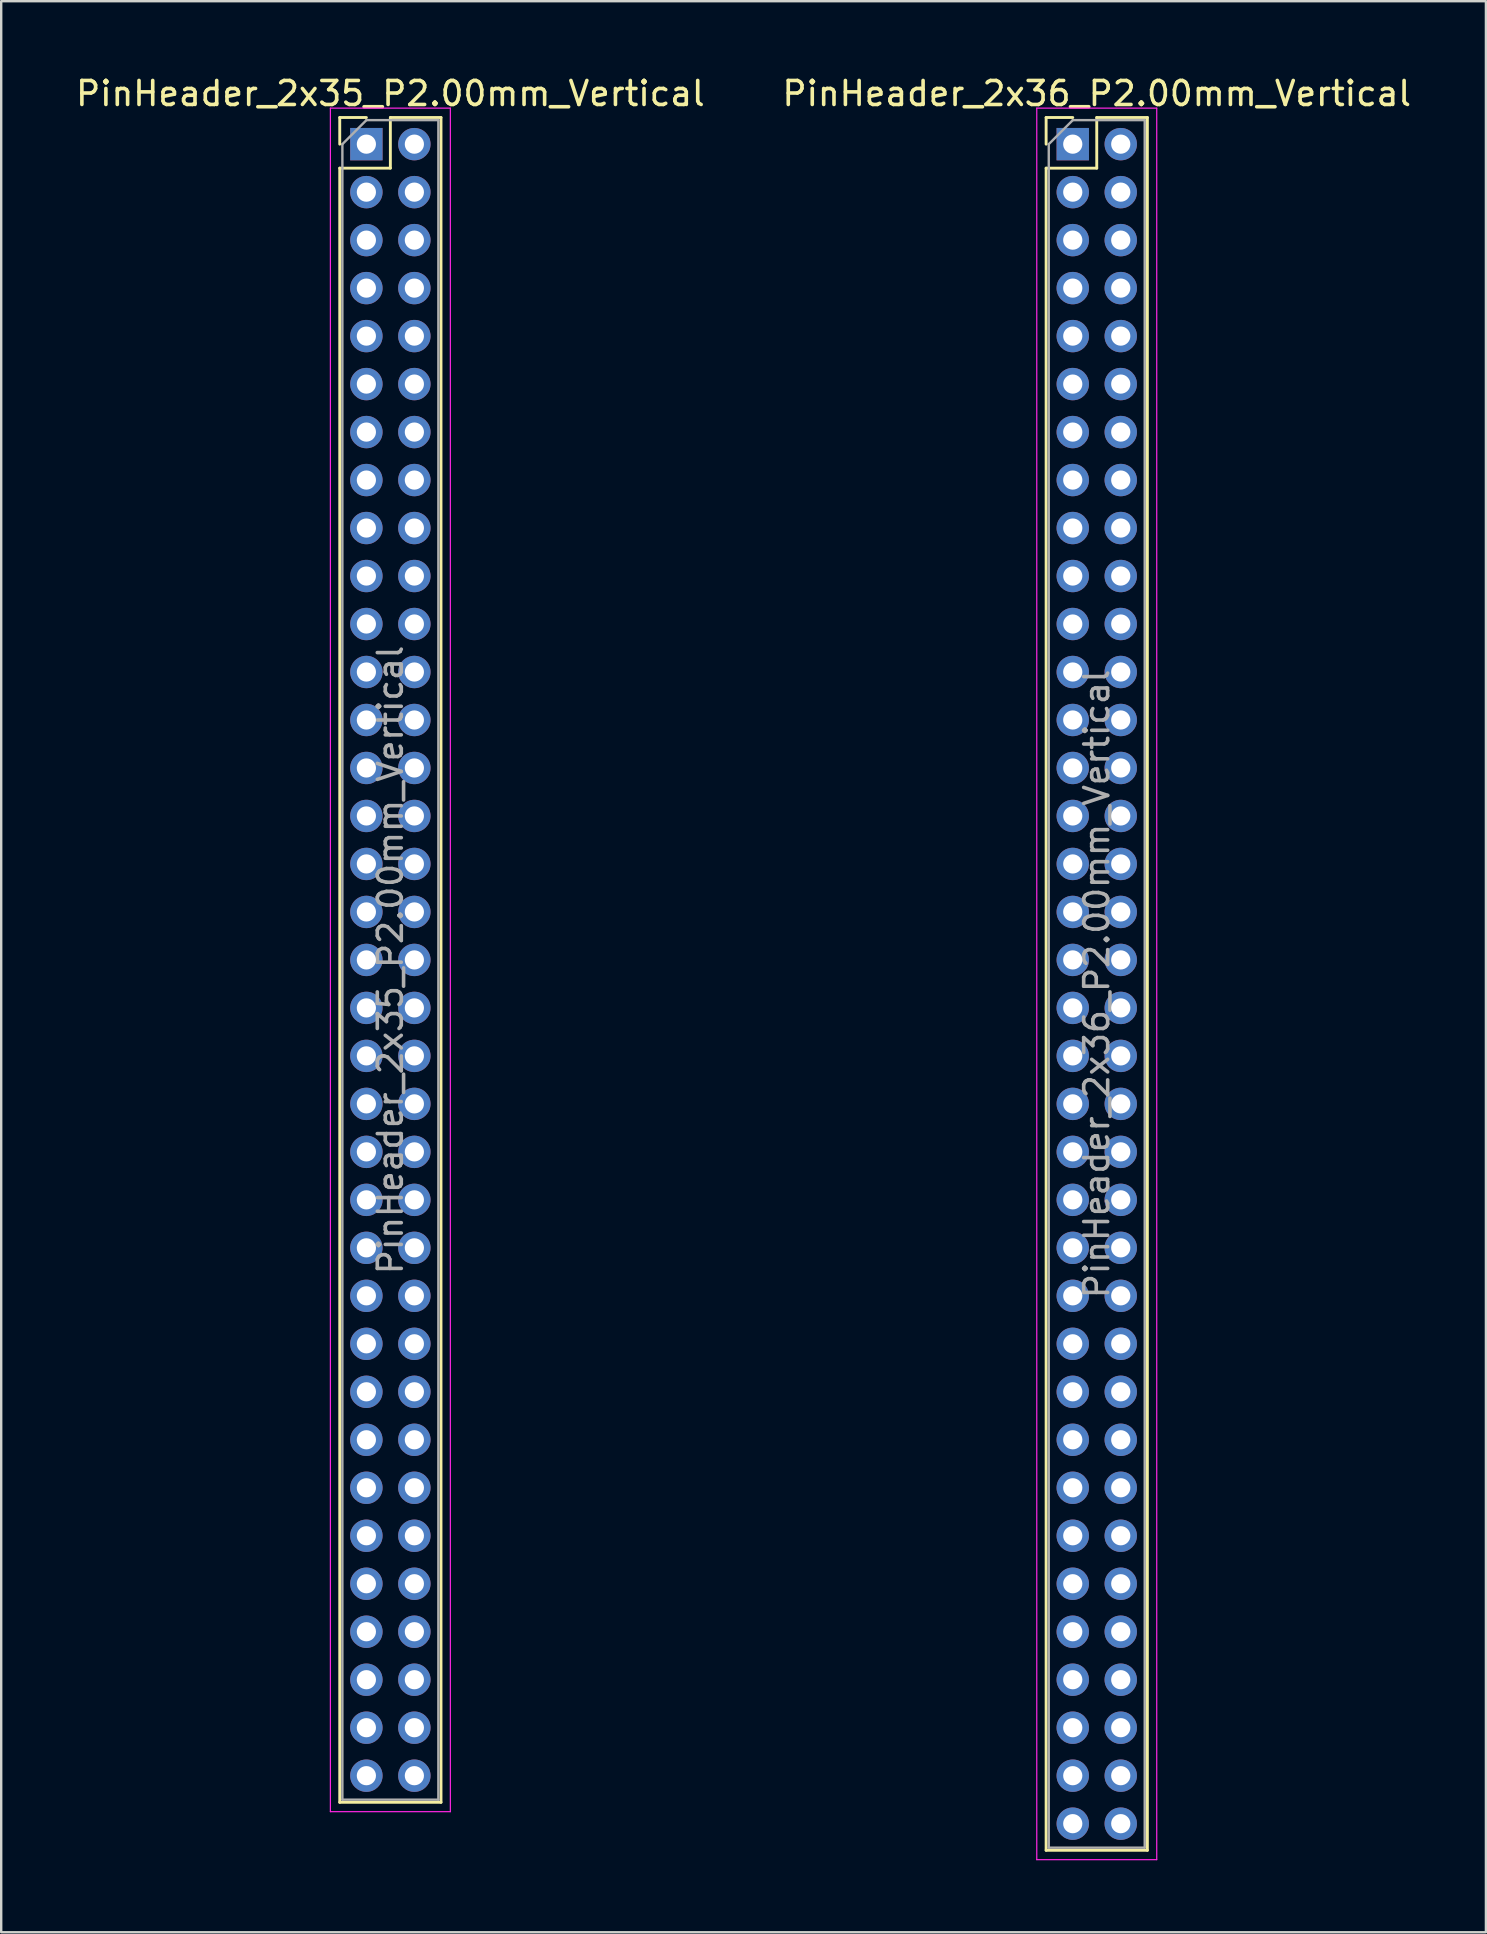
<source format=kicad_pcb>
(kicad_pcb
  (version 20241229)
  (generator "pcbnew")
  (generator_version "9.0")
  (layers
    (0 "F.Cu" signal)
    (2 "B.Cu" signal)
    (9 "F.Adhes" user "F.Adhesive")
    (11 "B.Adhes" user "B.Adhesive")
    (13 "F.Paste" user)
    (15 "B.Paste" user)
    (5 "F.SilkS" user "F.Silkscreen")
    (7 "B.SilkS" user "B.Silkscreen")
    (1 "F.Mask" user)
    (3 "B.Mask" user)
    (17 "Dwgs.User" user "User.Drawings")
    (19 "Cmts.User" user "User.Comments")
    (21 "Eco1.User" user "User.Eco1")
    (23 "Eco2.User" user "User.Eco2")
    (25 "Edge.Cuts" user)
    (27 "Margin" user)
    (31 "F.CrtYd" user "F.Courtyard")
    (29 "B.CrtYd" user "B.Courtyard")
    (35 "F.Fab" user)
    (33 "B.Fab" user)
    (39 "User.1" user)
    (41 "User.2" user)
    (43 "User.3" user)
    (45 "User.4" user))
  (footprint "PinHeader_2x36_P2.00mm_Vertical"
    (layer "F.Cu")
    (at 41.661 2.958)
    (property "Reference" "PinHeader_2x36_P2.00mm_Vertical" (at 1 -2.11 0) (layer "F.SilkS") (effects (font (size 1 1) (thickness 0.15))))
    (attr through_hole)
    (fp_line (start -1.11 -1.11) (end 0 -1.11) (stroke (width 0.12) (type solid)) (layer "F.SilkS"))
    (fp_line (start -1.11 0) (end -1.11 -1.11) (stroke (width 0.12) (type solid)) (layer "F.SilkS"))
    (fp_line (start -1.11 1) (end -1.11 71.11) (stroke (width 0.12) (type solid)) (layer "F.SilkS"))
    (fp_line (start -1.11 1) (end 1 1) (stroke (width 0.12) (type solid)) (layer "F.SilkS"))
    (fp_line (start -1.11 71.11) (end 3.11 71.11) (stroke (width 0.12) (type solid)) (layer "F.SilkS"))
    (fp_line (start 1 -1.11) (end 3.11 -1.11) (stroke (width 0.12) (type solid)) (layer "F.SilkS"))
    (fp_line (start 1 1) (end 1 -1.11) (stroke (width 0.12) (type solid)) (layer "F.SilkS"))
    (fp_line (start 3.11 -1.11) (end 3.11 71.11) (stroke (width 0.12) (type solid)) (layer "F.SilkS"))
    (fp_line (start -1.5 -1.5) (end -1.5 71.5) (stroke (width 0.05) (type solid)) (layer "F.CrtYd"))
    (fp_line (start -1.5 71.5) (end 3.5 71.5) (stroke (width 0.05) (type solid)) (layer "F.CrtYd"))
    (fp_line (start 3.5 -1.5) (end -1.5 -1.5) (stroke (width 0.05) (type solid)) (layer "F.CrtYd"))
    (fp_line (start 3.5 71.5) (end 3.5 -1.5) (stroke (width 0.05) (type solid)) (layer "F.CrtYd"))
    (fp_line (start -1 0) (end 0 -1) (stroke (width 0.1) (type solid)) (layer "F.Fab"))
    (fp_line (start -1 71) (end -1 0) (stroke (width 0.1) (type solid)) (layer "F.Fab"))
    (fp_line (start 0 -1) (end 3 -1) (stroke (width 0.1) (type solid)) (layer "F.Fab"))
    (fp_line (start 3 -1) (end 3 71) (stroke (width 0.1) (type solid)) (layer "F.Fab"))
    (fp_line (start 3 71) (end -1 71) (stroke (width 0.1) (type solid)) (layer "F.Fab"))
    (fp_text user "${REFERENCE}" (at 1 35 90) (layer "F.Fab") (effects (font (size 1 1) (thickness 0.15))))
    (pad "1" thru_hole rect (at 0 0) (size 1.35 1.35) (drill 0.8) (layers "*.Cu" "*.Mask"))
    (pad "2" thru_hole circle (at 2 0) (size 1.35 1.35) (drill 0.8) (layers "*.Cu" "*.Mask"))
    (pad "3" thru_hole circle (at 0 2) (size 1.35 1.35) (drill 0.8) (layers "*.Cu" "*.Mask"))
    (pad "4" thru_hole circle (at 2 2) (size 1.35 1.35) (drill 0.8) (layers "*.Cu" "*.Mask"))
    (pad "5" thru_hole circle (at 0 4) (size 1.35 1.35) (drill 0.8) (layers "*.Cu" "*.Mask"))
    (pad "6" thru_hole circle (at 2 4) (size 1.35 1.35) (drill 0.8) (layers "*.Cu" "*.Mask"))
    (pad "7" thru_hole circle (at 0 6) (size 1.35 1.35) (drill 0.8) (layers "*.Cu" "*.Mask"))
    (pad "8" thru_hole circle (at 2 6) (size 1.35 1.35) (drill 0.8) (layers "*.Cu" "*.Mask"))
    (pad "9" thru_hole circle (at 0 8) (size 1.35 1.35) (drill 0.8) (layers "*.Cu" "*.Mask"))
    (pad "10" thru_hole circle (at 2 8) (size 1.35 1.35) (drill 0.8) (layers "*.Cu" "*.Mask"))
    (pad "11" thru_hole circle (at 0 10) (size 1.35 1.35) (drill 0.8) (layers "*.Cu" "*.Mask"))
    (pad "12" thru_hole circle (at 2 10) (size 1.35 1.35) (drill 0.8) (layers "*.Cu" "*.Mask"))
    (pad "13" thru_hole circle (at 0 12) (size 1.35 1.35) (drill 0.8) (layers "*.Cu" "*.Mask"))
    (pad "14" thru_hole circle (at 2 12) (size 1.35 1.35) (drill 0.8) (layers "*.Cu" "*.Mask"))
    (pad "15" thru_hole circle (at 0 14) (size 1.35 1.35) (drill 0.8) (layers "*.Cu" "*.Mask"))
    (pad "16" thru_hole circle (at 2 14) (size 1.35 1.35) (drill 0.8) (layers "*.Cu" "*.Mask"))
    (pad "17" thru_hole circle (at 0 16) (size 1.35 1.35) (drill 0.8) (layers "*.Cu" "*.Mask"))
    (pad "18" thru_hole circle (at 2 16) (size 1.35 1.35) (drill 0.8) (layers "*.Cu" "*.Mask"))
    (pad "19" thru_hole circle (at 0 18) (size 1.35 1.35) (drill 0.8) (layers "*.Cu" "*.Mask"))
    (pad "20" thru_hole circle (at 2 18) (size 1.35 1.35) (drill 0.8) (layers "*.Cu" "*.Mask"))
    (pad "21" thru_hole circle (at 0 20) (size 1.35 1.35) (drill 0.8) (layers "*.Cu" "*.Mask"))
    (pad "22" thru_hole circle (at 2 20) (size 1.35 1.35) (drill 0.8) (layers "*.Cu" "*.Mask"))
    (pad "23" thru_hole circle (at 0 22) (size 1.35 1.35) (drill 0.8) (layers "*.Cu" "*.Mask"))
    (pad "24" thru_hole circle (at 2 22) (size 1.35 1.35) (drill 0.8) (layers "*.Cu" "*.Mask"))
    (pad "25" thru_hole circle (at 0 24) (size 1.35 1.35) (drill 0.8) (layers "*.Cu" "*.Mask"))
    (pad "26" thru_hole circle (at 2 24) (size 1.35 1.35) (drill 0.8) (layers "*.Cu" "*.Mask"))
    (pad "27" thru_hole circle (at 0 26) (size 1.35 1.35) (drill 0.8) (layers "*.Cu" "*.Mask"))
    (pad "28" thru_hole circle (at 2 26) (size 1.35 1.35) (drill 0.8) (layers "*.Cu" "*.Mask"))
    (pad "29" thru_hole circle (at 0 28) (size 1.35 1.35) (drill 0.8) (layers "*.Cu" "*.Mask"))
    (pad "30" thru_hole circle (at 2 28) (size 1.35 1.35) (drill 0.8) (layers "*.Cu" "*.Mask"))
    (pad "31" thru_hole circle (at 0 30) (size 1.35 1.35) (drill 0.8) (layers "*.Cu" "*.Mask"))
    (pad "32" thru_hole circle (at 2 30) (size 1.35 1.35) (drill 0.8) (layers "*.Cu" "*.Mask"))
    (pad "33" thru_hole circle (at 0 32) (size 1.35 1.35) (drill 0.8) (layers "*.Cu" "*.Mask"))
    (pad "34" thru_hole circle (at 2 32) (size 1.35 1.35) (drill 0.8) (layers "*.Cu" "*.Mask"))
    (pad "35" thru_hole circle (at 0 34) (size 1.35 1.35) (drill 0.8) (layers "*.Cu" "*.Mask"))
    (pad "36" thru_hole circle (at 2 34) (size 1.35 1.35) (drill 0.8) (layers "*.Cu" "*.Mask"))
    (pad "37" thru_hole circle (at 0 36) (size 1.35 1.35) (drill 0.8) (layers "*.Cu" "*.Mask"))
    (pad "38" thru_hole circle (at 2 36) (size 1.35 1.35) (drill 0.8) (layers "*.Cu" "*.Mask"))
    (pad "39" thru_hole circle (at 0 38) (size 1.35 1.35) (drill 0.8) (layers "*.Cu" "*.Mask"))
    (pad "40" thru_hole circle (at 2 38) (size 1.35 1.35) (drill 0.8) (layers "*.Cu" "*.Mask"))
    (pad "41" thru_hole circle (at 0 40) (size 1.35 1.35) (drill 0.8) (layers "*.Cu" "*.Mask"))
    (pad "42" thru_hole circle (at 2 40) (size 1.35 1.35) (drill 0.8) (layers "*.Cu" "*.Mask"))
    (pad "43" thru_hole circle (at 0 42) (size 1.35 1.35) (drill 0.8) (layers "*.Cu" "*.Mask"))
    (pad "44" thru_hole circle (at 2 42) (size 1.35 1.35) (drill 0.8) (layers "*.Cu" "*.Mask"))
    (pad "45" thru_hole circle (at 0 44) (size 1.35 1.35) (drill 0.8) (layers "*.Cu" "*.Mask"))
    (pad "46" thru_hole circle (at 2 44) (size 1.35 1.35) (drill 0.8) (layers "*.Cu" "*.Mask"))
    (pad "47" thru_hole circle (at 0 46) (size 1.35 1.35) (drill 0.8) (layers "*.Cu" "*.Mask"))
    (pad "48" thru_hole circle (at 2 46) (size 1.35 1.35) (drill 0.8) (layers "*.Cu" "*.Mask"))
    (pad "49" thru_hole circle (at 0 48) (size 1.35 1.35) (drill 0.8) (layers "*.Cu" "*.Mask"))
    (pad "50" thru_hole circle (at 2 48) (size 1.35 1.35) (drill 0.8) (layers "*.Cu" "*.Mask"))
    (pad "51" thru_hole circle (at 0 50) (size 1.35 1.35) (drill 0.8) (layers "*.Cu" "*.Mask"))
    (pad "52" thru_hole circle (at 2 50) (size 1.35 1.35) (drill 0.8) (layers "*.Cu" "*.Mask"))
    (pad "53" thru_hole circle (at 0 52) (size 1.35 1.35) (drill 0.8) (layers "*.Cu" "*.Mask"))
    (pad "54" thru_hole circle (at 2 52) (size 1.35 1.35) (drill 0.8) (layers "*.Cu" "*.Mask"))
    (pad "55" thru_hole circle (at 0 54) (size 1.35 1.35) (drill 0.8) (layers "*.Cu" "*.Mask"))
    (pad "56" thru_hole circle (at 2 54) (size 1.35 1.35) (drill 0.8) (layers "*.Cu" "*.Mask"))
    (pad "57" thru_hole circle (at 0 56) (size 1.35 1.35) (drill 0.8) (layers "*.Cu" "*.Mask"))
    (pad "58" thru_hole circle (at 2 56) (size 1.35 1.35) (drill 0.8) (layers "*.Cu" "*.Mask"))
    (pad "59" thru_hole circle (at 0 58) (size 1.35 1.35) (drill 0.8) (layers "*.Cu" "*.Mask"))
    (pad "60" thru_hole circle (at 2 58) (size 1.35 1.35) (drill 0.8) (layers "*.Cu" "*.Mask"))
    (pad "61" thru_hole circle (at 0 60) (size 1.35 1.35) (drill 0.8) (layers "*.Cu" "*.Mask"))
    (pad "62" thru_hole circle (at 2 60) (size 1.35 1.35) (drill 0.8) (layers "*.Cu" "*.Mask"))
    (pad "63" thru_hole circle (at 0 62) (size 1.35 1.35) (drill 0.8) (layers "*.Cu" "*.Mask"))
    (pad "64" thru_hole circle (at 2 62) (size 1.35 1.35) (drill 0.8) (layers "*.Cu" "*.Mask"))
    (pad "65" thru_hole circle (at 0 64) (size 1.35 1.35) (drill 0.8) (layers "*.Cu" "*.Mask"))
    (pad "66" thru_hole circle (at 2 64) (size 1.35 1.35) (drill 0.8) (layers "*.Cu" "*.Mask"))
    (pad "67" thru_hole circle (at 0 66) (size 1.35 1.35) (drill 0.8) (layers "*.Cu" "*.Mask"))
    (pad "68" thru_hole circle (at 2 66) (size 1.35 1.35) (drill 0.8) (layers "*.Cu" "*.Mask"))
    (pad "69" thru_hole circle (at 0 68) (size 1.35 1.35) (drill 0.8) (layers "*.Cu" "*.Mask"))
    (pad "70" thru_hole circle (at 2 68) (size 1.35 1.35) (drill 0.8) (layers "*.Cu" "*.Mask"))
    (pad "71" thru_hole circle (at 0 70) (size 1.35 1.35) (drill 0.8) (layers "*.Cu" "*.Mask"))
    (pad "72" thru_hole circle (at 2 70) (size 1.35 1.35) (drill 0.8) (layers "*.Cu" "*.Mask")))
  (footprint "PinHeader_2x35_P2.00mm_Vertical"
    (layer "F.Cu")
    (at 12.22 2.958)
    (property "Reference" "PinHeader_2x35_P2.00mm_Vertical" (at 1 -2.11 0) (layer "F.SilkS") (effects (font (size 1 1) (thickness 0.15))))
    (attr through_hole)
    (fp_line (start -1.11 -1.11) (end 0 -1.11) (stroke (width 0.12) (type solid)) (layer "F.SilkS"))
    (fp_line (start -1.11 0) (end -1.11 -1.11) (stroke (width 0.12) (type solid)) (layer "F.SilkS"))
    (fp_line (start -1.11 1) (end -1.11 69.11) (stroke (width 0.12) (type solid)) (layer "F.SilkS"))
    (fp_line (start -1.11 1) (end 1 1) (stroke (width 0.12) (type solid)) (layer "F.SilkS"))
    (fp_line (start -1.11 69.11) (end 3.11 69.11) (stroke (width 0.12) (type solid)) (layer "F.SilkS"))
    (fp_line (start 1 -1.11) (end 3.11 -1.11) (stroke (width 0.12) (type solid)) (layer "F.SilkS"))
    (fp_line (start 1 1) (end 1 -1.11) (stroke (width 0.12) (type solid)) (layer "F.SilkS"))
    (fp_line (start 3.11 -1.11) (end 3.11 69.11) (stroke (width 0.12) (type solid)) (layer "F.SilkS"))
    (fp_line (start -1.5 -1.5) (end -1.5 69.5) (stroke (width 0.05) (type solid)) (layer "F.CrtYd"))
    (fp_line (start -1.5 69.5) (end 3.5 69.5) (stroke (width 0.05) (type solid)) (layer "F.CrtYd"))
    (fp_line (start 3.5 -1.5) (end -1.5 -1.5) (stroke (width 0.05) (type solid)) (layer "F.CrtYd"))
    (fp_line (start 3.5 69.5) (end 3.5 -1.5) (stroke (width 0.05) (type solid)) (layer "F.CrtYd"))
    (fp_line (start -1 0) (end 0 -1) (stroke (width 0.1) (type solid)) (layer "F.Fab"))
    (fp_line (start -1 69) (end -1 0) (stroke (width 0.1) (type solid)) (layer "F.Fab"))
    (fp_line (start 0 -1) (end 3 -1) (stroke (width 0.1) (type solid)) (layer "F.Fab"))
    (fp_line (start 3 -1) (end 3 69) (stroke (width 0.1) (type solid)) (layer "F.Fab"))
    (fp_line (start 3 69) (end -1 69) (stroke (width 0.1) (type solid)) (layer "F.Fab"))
    (fp_text user "${REFERENCE}" (at 1 34 90) (layer "F.Fab") (effects (font (size 1 1) (thickness 0.15))))
    (pad "1" thru_hole rect (at 0 0) (size 1.35 1.35) (drill 0.8) (layers "*.Cu" "*.Mask"))
    (pad "2" thru_hole circle (at 2 0) (size 1.35 1.35) (drill 0.8) (layers "*.Cu" "*.Mask"))
    (pad "3" thru_hole circle (at 0 2) (size 1.35 1.35) (drill 0.8) (layers "*.Cu" "*.Mask"))
    (pad "4" thru_hole circle (at 2 2) (size 1.35 1.35) (drill 0.8) (layers "*.Cu" "*.Mask"))
    (pad "5" thru_hole circle (at 0 4) (size 1.35 1.35) (drill 0.8) (layers "*.Cu" "*.Mask"))
    (pad "6" thru_hole circle (at 2 4) (size 1.35 1.35) (drill 0.8) (layers "*.Cu" "*.Mask"))
    (pad "7" thru_hole circle (at 0 6) (size 1.35 1.35) (drill 0.8) (layers "*.Cu" "*.Mask"))
    (pad "8" thru_hole circle (at 2 6) (size 1.35 1.35) (drill 0.8) (layers "*.Cu" "*.Mask"))
    (pad "9" thru_hole circle (at 0 8) (size 1.35 1.35) (drill 0.8) (layers "*.Cu" "*.Mask"))
    (pad "10" thru_hole circle (at 2 8) (size 1.35 1.35) (drill 0.8) (layers "*.Cu" "*.Mask"))
    (pad "11" thru_hole circle (at 0 10) (size 1.35 1.35) (drill 0.8) (layers "*.Cu" "*.Mask"))
    (pad "12" thru_hole circle (at 2 10) (size 1.35 1.35) (drill 0.8) (layers "*.Cu" "*.Mask"))
    (pad "13" thru_hole circle (at 0 12) (size 1.35 1.35) (drill 0.8) (layers "*.Cu" "*.Mask"))
    (pad "14" thru_hole circle (at 2 12) (size 1.35 1.35) (drill 0.8) (layers "*.Cu" "*.Mask"))
    (pad "15" thru_hole circle (at 0 14) (size 1.35 1.35) (drill 0.8) (layers "*.Cu" "*.Mask"))
    (pad "16" thru_hole circle (at 2 14) (size 1.35 1.35) (drill 0.8) (layers "*.Cu" "*.Mask"))
    (pad "17" thru_hole circle (at 0 16) (size 1.35 1.35) (drill 0.8) (layers "*.Cu" "*.Mask"))
    (pad "18" thru_hole circle (at 2 16) (size 1.35 1.35) (drill 0.8) (layers "*.Cu" "*.Mask"))
    (pad "19" thru_hole circle (at 0 18) (size 1.35 1.35) (drill 0.8) (layers "*.Cu" "*.Mask"))
    (pad "20" thru_hole circle (at 2 18) (size 1.35 1.35) (drill 0.8) (layers "*.Cu" "*.Mask"))
    (pad "21" thru_hole circle (at 0 20) (size 1.35 1.35) (drill 0.8) (layers "*.Cu" "*.Mask"))
    (pad "22" thru_hole circle (at 2 20) (size 1.35 1.35) (drill 0.8) (layers "*.Cu" "*.Mask"))
    (pad "23" thru_hole circle (at 0 22) (size 1.35 1.35) (drill 0.8) (layers "*.Cu" "*.Mask"))
    (pad "24" thru_hole circle (at 2 22) (size 1.35 1.35) (drill 0.8) (layers "*.Cu" "*.Mask"))
    (pad "25" thru_hole circle (at 0 24) (size 1.35 1.35) (drill 0.8) (layers "*.Cu" "*.Mask"))
    (pad "26" thru_hole circle (at 2 24) (size 1.35 1.35) (drill 0.8) (layers "*.Cu" "*.Mask"))
    (pad "27" thru_hole circle (at 0 26) (size 1.35 1.35) (drill 0.8) (layers "*.Cu" "*.Mask"))
    (pad "28" thru_hole circle (at 2 26) (size 1.35 1.35) (drill 0.8) (layers "*.Cu" "*.Mask"))
    (pad "29" thru_hole circle (at 0 28) (size 1.35 1.35) (drill 0.8) (layers "*.Cu" "*.Mask"))
    (pad "30" thru_hole circle (at 2 28) (size 1.35 1.35) (drill 0.8) (layers "*.Cu" "*.Mask"))
    (pad "31" thru_hole circle (at 0 30) (size 1.35 1.35) (drill 0.8) (layers "*.Cu" "*.Mask"))
    (pad "32" thru_hole circle (at 2 30) (size 1.35 1.35) (drill 0.8) (layers "*.Cu" "*.Mask"))
    (pad "33" thru_hole circle (at 0 32) (size 1.35 1.35) (drill 0.8) (layers "*.Cu" "*.Mask"))
    (pad "34" thru_hole circle (at 2 32) (size 1.35 1.35) (drill 0.8) (layers "*.Cu" "*.Mask"))
    (pad "35" thru_hole circle (at 0 34) (size 1.35 1.35) (drill 0.8) (layers "*.Cu" "*.Mask"))
    (pad "36" thru_hole circle (at 2 34) (size 1.35 1.35) (drill 0.8) (layers "*.Cu" "*.Mask"))
    (pad "37" thru_hole circle (at 0 36) (size 1.35 1.35) (drill 0.8) (layers "*.Cu" "*.Mask"))
    (pad "38" thru_hole circle (at 2 36) (size 1.35 1.35) (drill 0.8) (layers "*.Cu" "*.Mask"))
    (pad "39" thru_hole circle (at 0 38) (size 1.35 1.35) (drill 0.8) (layers "*.Cu" "*.Mask"))
    (pad "40" thru_hole circle (at 2 38) (size 1.35 1.35) (drill 0.8) (layers "*.Cu" "*.Mask"))
    (pad "41" thru_hole circle (at 0 40) (size 1.35 1.35) (drill 0.8) (layers "*.Cu" "*.Mask"))
    (pad "42" thru_hole circle (at 2 40) (size 1.35 1.35) (drill 0.8) (layers "*.Cu" "*.Mask"))
    (pad "43" thru_hole circle (at 0 42) (size 1.35 1.35) (drill 0.8) (layers "*.Cu" "*.Mask"))
    (pad "44" thru_hole circle (at 2 42) (size 1.35 1.35) (drill 0.8) (layers "*.Cu" "*.Mask"))
    (pad "45" thru_hole circle (at 0 44) (size 1.35 1.35) (drill 0.8) (layers "*.Cu" "*.Mask"))
    (pad "46" thru_hole circle (at 2 44) (size 1.35 1.35) (drill 0.8) (layers "*.Cu" "*.Mask"))
    (pad "47" thru_hole circle (at 0 46) (size 1.35 1.35) (drill 0.8) (layers "*.Cu" "*.Mask"))
    (pad "48" thru_hole circle (at 2 46) (size 1.35 1.35) (drill 0.8) (layers "*.Cu" "*.Mask"))
    (pad "49" thru_hole circle (at 0 48) (size 1.35 1.35) (drill 0.8) (layers "*.Cu" "*.Mask"))
    (pad "50" thru_hole circle (at 2 48) (size 1.35 1.35) (drill 0.8) (layers "*.Cu" "*.Mask"))
    (pad "51" thru_hole circle (at 0 50) (size 1.35 1.35) (drill 0.8) (layers "*.Cu" "*.Mask"))
    (pad "52" thru_hole circle (at 2 50) (size 1.35 1.35) (drill 0.8) (layers "*.Cu" "*.Mask"))
    (pad "53" thru_hole circle (at 0 52) (size 1.35 1.35) (drill 0.8) (layers "*.Cu" "*.Mask"))
    (pad "54" thru_hole circle (at 2 52) (size 1.35 1.35) (drill 0.8) (layers "*.Cu" "*.Mask"))
    (pad "55" thru_hole circle (at 0 54) (size 1.35 1.35) (drill 0.8) (layers "*.Cu" "*.Mask"))
    (pad "56" thru_hole circle (at 2 54) (size 1.35 1.35) (drill 0.8) (layers "*.Cu" "*.Mask"))
    (pad "57" thru_hole circle (at 0 56) (size 1.35 1.35) (drill 0.8) (layers "*.Cu" "*.Mask"))
    (pad "58" thru_hole circle (at 2 56) (size 1.35 1.35) (drill 0.8) (layers "*.Cu" "*.Mask"))
    (pad "59" thru_hole circle (at 0 58) (size 1.35 1.35) (drill 0.8) (layers "*.Cu" "*.Mask"))
    (pad "60" thru_hole circle (at 2 58) (size 1.35 1.35) (drill 0.8) (layers "*.Cu" "*.Mask"))
    (pad "61" thru_hole circle (at 0 60) (size 1.35 1.35) (drill 0.8) (layers "*.Cu" "*.Mask"))
    (pad "62" thru_hole circle (at 2 60) (size 1.35 1.35) (drill 0.8) (layers "*.Cu" "*.Mask"))
    (pad "63" thru_hole circle (at 0 62) (size 1.35 1.35) (drill 0.8) (layers "*.Cu" "*.Mask"))
    (pad "64" thru_hole circle (at 2 62) (size 1.35 1.35) (drill 0.8) (layers "*.Cu" "*.Mask"))
    (pad "65" thru_hole circle (at 0 64) (size 1.35 1.35) (drill 0.8) (layers "*.Cu" "*.Mask"))
    (pad "66" thru_hole circle (at 2 64) (size 1.35 1.35) (drill 0.8) (layers "*.Cu" "*.Mask"))
    (pad "67" thru_hole circle (at 0 66) (size 1.35 1.35) (drill 0.8) (layers "*.Cu" "*.Mask"))
    (pad "68" thru_hole circle (at 2 66) (size 1.35 1.35) (drill 0.8) (layers "*.Cu" "*.Mask"))
    (pad "69" thru_hole circle (at 0 68) (size 1.35 1.35) (drill 0.8) (layers "*.Cu" "*.Mask"))
    (pad "70" thru_hole circle (at 2 68) (size 1.35 1.35) (drill 0.8) (layers "*.Cu" "*.Mask")))
  (gr_rect
    (start -3 -3)
    (end 58.881 77.483)
    (stroke (width 0.1) (type default))
    (fill no)
    (layer "Edge.Cuts")))
</source>
